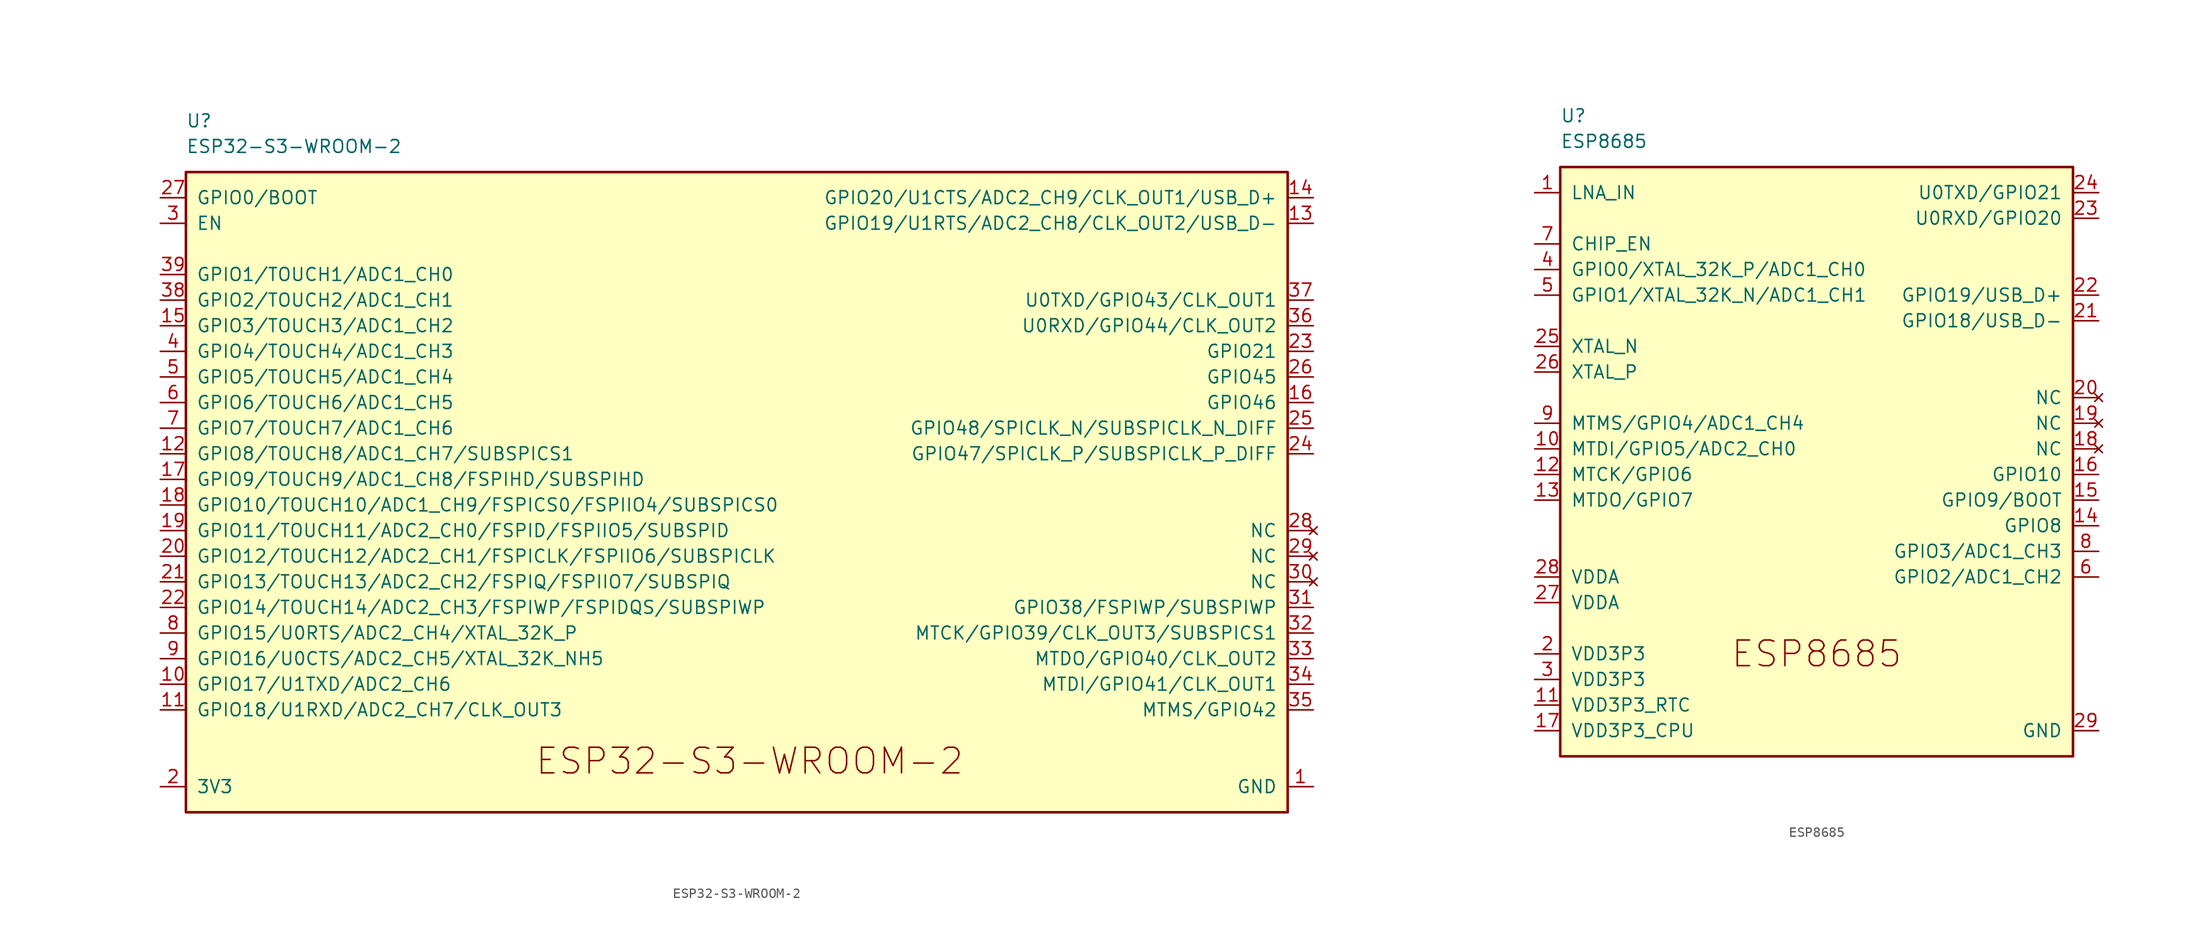
<source format=kicad_sym>
(kicad_symbol_lib
  (version 20211014)
  (generator kicad_symbol_editor)
  (symbol "ESP32-S3-WROOM-2"
    (pin_names
      (offset 1.016))
    (property "Reference" "U"
      (at -55.88 38.1 0)
      (effects (font (size 1.27 1.27)) (justify left)))
    (property "Value" "ESP32-S3-WROOM-2"
      (at -55.88 35.56 0)
      (effects (font (size 1.27 1.27)) (justify left)))
    (symbol "ESP32-S3-WROOM-2_0_0"
      (rectangle (start -55.88 33.02) (end 53.34 -30.48) (stroke (width 0.254) (type default) (color 0 0 0 0)) (fill (type background)))
      (text "ESP32-S3-WROOM-2" (at 0 -25.4 0) (effects (font (size 2.54 2.54))))
      (pin power_in line (at 55.88 -27.94 180) (length 2.54) (name "GND" (effects (font (size 1.27 1.27)))) (number "1" (effects (font (size 1.27 1.27)))))
      (pin bidirectional line (at -58.42 -17.78 0) (length 2.54) (name "GPIO17/U1TXD/ADC2_CH6" (effects (font (size 1.27 1.27)))) (number "10" (effects (font (size 1.27 1.27)))))
      (pin bidirectional line (at -58.42 -20.32 0) (length 2.54) (name "GPIO18/U1RXD/ADC2_CH7/CLK_OUT3" (effects (font (size 1.27 1.27)))) (number "11" (effects (font (size 1.27 1.27)))))
      (pin bidirectional line (at -58.42 5.08 0) (length 2.54) (name "GPIO8/TOUCH8/ADC1_CH7/SUBSPICS1" (effects (font (size 1.27 1.27)))) (number "12" (effects (font (size 1.27 1.27)))))
      (pin bidirectional line (at 55.88 27.94 180) (length 2.54) (name "GPIO19/U1RTS/ADC2_CH8/CLK_OUT2/USB_D-" (effects (font (size 1.27 1.27)))) (number "13" (effects (font (size 1.27 1.27)))))
      (pin bidirectional line (at 55.88 30.48 180) (length 2.54) (name "GPIO20/U1CTS/ADC2_CH9/CLK_OUT1/USB_D+" (effects (font (size 1.27 1.27)))) (number "14" (effects (font (size 1.27 1.27)))))
      (pin bidirectional line (at -58.42 17.78 0) (length 2.54) (name "GPIO3/TOUCH3/ADC1_CH2" (effects (font (size 1.27 1.27)))) (number "15" (effects (font (size 1.27 1.27)))))
      (pin bidirectional line (at 55.88 10.16 180) (length 2.54) (name "GPIO46" (effects (font (size 1.27 1.27)))) (number "16" (effects (font (size 1.27 1.27)))))
      (pin bidirectional line (at -58.42 2.54 0) (length 2.54) (name "GPIO9/TOUCH9/ADC1_CH8/FSPIHD/SUBSPIHD" (effects (font (size 1.27 1.27)))) (number "17" (effects (font (size 1.27 1.27)))))
      (pin bidirectional line (at -58.42 0 0) (length 2.54) (name "GPIO10/TOUCH10/ADC1_CH9/FSPICS0/FSPIIO4/SUBSPICS0" (effects (font (size 1.27 1.27)))) (number "18" (effects (font (size 1.27 1.27)))))
      (pin bidirectional line (at -58.42 -2.54 0) (length 2.54) (name "GPIO11/TOUCH11/ADC2_CH0/FSPID/FSPIIO5/SUBSPID" (effects (font (size 1.27 1.27)))) (number "19" (effects (font (size 1.27 1.27)))))
      (pin power_in line (at -58.42 -27.94 0) (length 2.54) (name "3V3" (effects (font (size 1.27 1.27)))) (number "2" (effects (font (size 1.27 1.27)))))
      (pin bidirectional line (at -58.42 -5.08 0) (length 2.54) (name "GPIO12/TOUCH12/ADC2_CH1/FSPICLK/FSPIIO6/SUBSPICLK" (effects (font (size 1.27 1.27)))) (number "20" (effects (font (size 1.27 1.27)))))
      (pin bidirectional line (at -58.42 -7.62 0) (length 2.54) (name "GPIO13/TOUCH13/ADC2_CH2/FSPIQ/FSPIIO7/SUBSPIQ" (effects (font (size 1.27 1.27)))) (number "21" (effects (font (size 1.27 1.27)))))
      (pin bidirectional line (at -58.42 -10.16 0) (length 2.54) (name "GPIO14/TOUCH14/ADC2_CH3/FSPIWP/FSPIDQS/SUBSPIWP" (effects (font (size 1.27 1.27)))) (number "22" (effects (font (size 1.27 1.27)))))
      (pin bidirectional line (at 55.88 15.24 180) (length 2.54) (name "GPIO21" (effects (font (size 1.27 1.27)))) (number "23" (effects (font (size 1.27 1.27)))))
      (pin bidirectional line (at 55.88 5.08 180) (length 2.54) (name "GPIO47/SPICLK_P/SUBSPICLK_P_DIFF" (effects (font (size 1.27 1.27)))) (number "24" (effects (font (size 1.27 1.27)))))
      (pin bidirectional line (at 55.88 7.62 180) (length 2.54) (name "GPIO48/SPICLK_N/SUBSPICLK_N_DIFF" (effects (font (size 1.27 1.27)))) (number "25" (effects (font (size 1.27 1.27)))))
      (pin bidirectional line (at 55.88 12.7 180) (length 2.54) (name "GPIO45" (effects (font (size 1.27 1.27)))) (number "26" (effects (font (size 1.27 1.27)))))
      (pin bidirectional line (at -58.42 30.48 0) (length 2.54) (name "GPIO0/BOOT" (effects (font (size 1.27 1.27)))) (number "27" (effects (font (size 1.27 1.27)))))
      (pin no_connect line (at 55.88 -2.54 180) (length 2.54) (name "NC" (effects (font (size 1.27 1.27)))) (number "28" (effects (font (size 1.27 1.27)))))
      (pin no_connect line (at 55.88 -5.08 180) (length 2.54) (name "NC" (effects (font (size 1.27 1.27)))) (number "29" (effects (font (size 1.27 1.27)))))
      (pin input line (at -58.42 27.94 0) (length 2.54) (name "EN" (effects (font (size 1.27 1.27)))) (number "3" (effects (font (size 1.27 1.27)))))
      (pin no_connect line (at 55.88 -7.62 180) (length 2.54) (name "NC" (effects (font (size 1.27 1.27)))) (number "30" (effects (font (size 1.27 1.27)))))
      (pin bidirectional line (at 55.88 -10.16 180) (length 2.54) (name "GPIO38/FSPIWP/SUBSPIWP" (effects (font (size 1.27 1.27)))) (number "31" (effects (font (size 1.27 1.27)))))
      (pin bidirectional line (at 55.88 -12.7 180) (length 2.54) (name "MTCK/GPIO39/CLK_OUT3/SUBSPICS1" (effects (font (size 1.27 1.27)))) (number "32" (effects (font (size 1.27 1.27)))))
      (pin bidirectional line (at 55.88 -15.24 180) (length 2.54) (name "MTDO/GPIO40/CLK_OUT2" (effects (font (size 1.27 1.27)))) (number "33" (effects (font (size 1.27 1.27)))))
      (pin bidirectional line (at 55.88 -17.78 180) (length 2.54) (name "MTDI/GPIO41/CLK_OUT1" (effects (font (size 1.27 1.27)))) (number "34" (effects (font (size 1.27 1.27)))))
      (pin bidirectional line (at 55.88 -20.32 180) (length 2.54) (name "MTMS/GPIO42" (effects (font (size 1.27 1.27)))) (number "35" (effects (font (size 1.27 1.27)))))
      (pin bidirectional line (at 55.88 17.78 180) (length 2.54) (name "U0RXD/GPIO44/CLK_OUT2" (effects (font (size 1.27 1.27)))) (number "36" (effects (font (size 1.27 1.27)))))
      (pin bidirectional line (at 55.88 20.32 180) (length 2.54) (name "U0TXD/GPIO43/CLK_OUT1" (effects (font (size 1.27 1.27)))) (number "37" (effects (font (size 1.27 1.27)))))
      (pin bidirectional line (at -58.42 20.32 0) (length 2.54) (name "GPIO2/TOUCH2/ADC1_CH1" (effects (font (size 1.27 1.27)))) (number "38" (effects (font (size 1.27 1.27)))))
      (pin bidirectional line (at -58.42 22.86 0) (length 2.54) (name "GPIO1/TOUCH1/ADC1_CH0" (effects (font (size 1.27 1.27)))) (number "39" (effects (font (size 1.27 1.27)))))
      (pin bidirectional line (at -58.42 15.24 0) (length 2.54) (name "GPIO4/TOUCH4/ADC1_CH3" (effects (font (size 1.27 1.27)))) (number "4" (effects (font (size 1.27 1.27)))))
      (pin passive line (at 55.88 -27.94 180) (length 2.54) hide (name "GND" (effects (font (size 1.27 1.27)))) (number "40" (effects (font (size 1.27 1.27)))))
      (pin passive line (at 55.88 -27.94 180) (length 2.54) hide (name "GND" (effects (font (size 1.27 1.27)))) (number "41" (effects (font (size 1.27 1.27)))))
      (pin bidirectional line (at -58.42 12.7 0) (length 2.54) (name "GPIO5/TOUCH5/ADC1_CH4" (effects (font (size 1.27 1.27)))) (number "5" (effects (font (size 1.27 1.27)))))
      (pin bidirectional line (at -58.42 10.16 0) (length 2.54) (name "GPIO6/TOUCH6/ADC1_CH5" (effects (font (size 1.27 1.27)))) (number "6" (effects (font (size 1.27 1.27)))))
      (pin bidirectional line (at -58.42 7.62 0) (length 2.54) (name "GPIO7/TOUCH7/ADC1_CH6" (effects (font (size 1.27 1.27)))) (number "7" (effects (font (size 1.27 1.27)))))
      (pin bidirectional line (at -58.42 -12.7 0) (length 2.54) (name "GPIO15/U0RTS/ADC2_CH4/XTAL_32K_P" (effects (font (size 1.27 1.27)))) (number "8" (effects (font (size 1.27 1.27)))))
      (pin bidirectional line (at -58.42 -15.24 0) (length 2.54) (name "GPIO16/U0CTS/ADC2_CH5/XTAL_32K_NH5" (effects (font (size 1.27 1.27)))) (number "9" (effects (font (size 1.27 1.27)))))))
  (symbol "ESP8685"
    (pin_names
      (offset 1.016))
    (property "Reference" "U"
      (at -25.4 35.56 0)
      (effects (font (size 1.27 1.27)) (justify left)))
    (property "Value" "ESP8685"
      (at -25.4 33.02 0)
      (effects (font (size 1.27 1.27)) (justify left)))
    (symbol "ESP8685_0_0"
      (text "ESP8685" (at 0 -17.78 0) (effects (font (size 2.54 2.54))))
      (pin bidirectional line (at -27.94 27.94 0) (length 2.54) (name "LNA_IN" (effects (font (size 1.27 1.27)))) (number "1" (effects (font (size 1.27 1.27)))))
      (pin bidirectional line (at -27.94 2.54 0) (length 2.54) (name "MTDI/GPIO5/ADC2_CH0" (effects (font (size 1.27 1.27)))) (number "10" (effects (font (size 1.27 1.27)))))
      (pin power_in line (at -27.94 -22.86 0) (length 2.54) (name "VDD3P3_RTC" (effects (font (size 1.27 1.27)))) (number "11" (effects (font (size 1.27 1.27)))))
      (pin bidirectional line (at -27.94 0 0) (length 2.54) (name "MTCK/GPIO6" (effects (font (size 1.27 1.27)))) (number "12" (effects (font (size 1.27 1.27)))))
      (pin bidirectional line (at -27.94 -2.54 0) (length 2.54) (name "MTDO/GPIO7" (effects (font (size 1.27 1.27)))) (number "13" (effects (font (size 1.27 1.27)))))
      (pin bidirectional line (at 27.94 -5.08 180) (length 2.54) (name "GPIO8" (effects (font (size 1.27 1.27)))) (number "14" (effects (font (size 1.27 1.27)))))
      (pin bidirectional line (at 27.94 -2.54 180) (length 2.54) (name "GPIO9/BOOT" (effects (font (size 1.27 1.27)))) (number "15" (effects (font (size 1.27 1.27)))))
      (pin bidirectional line (at 27.94 0 180) (length 2.54) (name "GPIO10" (effects (font (size 1.27 1.27)))) (number "16" (effects (font (size 1.27 1.27)))))
      (pin power_in line (at -27.94 -25.4 0) (length 2.54) (name "VDD3P3_CPU" (effects (font (size 1.27 1.27)))) (number "17" (effects (font (size 1.27 1.27)))))
      (pin no_connect line (at 27.94 2.54 180) (length 2.54) (name "NC" (effects (font (size 1.27 1.27)))) (number "18" (effects (font (size 1.27 1.27)))))
      (pin no_connect line (at 27.94 5.08 180) (length 2.54) (name "NC" (effects (font (size 1.27 1.27)))) (number "19" (effects (font (size 1.27 1.27)))))
      (pin power_in line (at -27.94 -17.78 0) (length 2.54) (name "VDD3P3" (effects (font (size 1.27 1.27)))) (number "2" (effects (font (size 1.27 1.27)))))
      (pin no_connect line (at 27.94 7.62 180) (length 2.54) (name "NC" (effects (font (size 1.27 1.27)))) (number "20" (effects (font (size 1.27 1.27)))))
      (pin bidirectional line (at 27.94 15.24 180) (length 2.54) (name "GPIO18/USB_D-" (effects (font (size 1.27 1.27)))) (number "21" (effects (font (size 1.27 1.27)))))
      (pin bidirectional line (at 27.94 17.78 180) (length 2.54) (name "GPIO19/USB_D+" (effects (font (size 1.27 1.27)))) (number "22" (effects (font (size 1.27 1.27)))))
      (pin bidirectional line (at 27.94 25.4 180) (length 2.54) (name "U0RXD/GPIO20" (effects (font (size 1.27 1.27)))) (number "23" (effects (font (size 1.27 1.27)))))
      (pin bidirectional line (at 27.94 27.94 180) (length 2.54) (name "U0TXD/GPIO21" (effects (font (size 1.27 1.27)))) (number "24" (effects (font (size 1.27 1.27)))))
      (pin output line (at -27.94 12.7 0) (length 2.54) (name "XTAL_N" (effects (font (size 1.27 1.27)))) (number "25" (effects (font (size 1.27 1.27)))))
      (pin input line (at -27.94 10.16 0) (length 2.54) (name "XTAL_P" (effects (font (size 1.27 1.27)))) (number "26" (effects (font (size 1.27 1.27)))))
      (pin power_in line (at -27.94 -12.7 0) (length 2.54) (name "VDDA" (effects (font (size 1.27 1.27)))) (number "27" (effects (font (size 1.27 1.27)))))
      (pin power_in line (at -27.94 -10.16 0) (length 2.54) (name "VDDA" (effects (font (size 1.27 1.27)))) (number "28" (effects (font (size 1.27 1.27)))))
      (pin power_in line (at 27.94 -25.4 180) (length 2.54) (name "GND" (effects (font (size 1.27 1.27)))) (number "29" (effects (font (size 1.27 1.27)))))
      (pin power_in line (at -27.94 -20.32 0) (length 2.54) (name "VDD3P3" (effects (font (size 1.27 1.27)))) (number "3" (effects (font (size 1.27 1.27)))))
      (pin output line (at -27.94 20.32 0) (length 2.54) (name "GPIO0/XTAL_32K_P/ADC1_CH0" (effects (font (size 1.27 1.27)))) (number "4" (effects (font (size 1.27 1.27)))))
      (pin input line (at -27.94 17.78 0) (length 2.54) (name "GPIO1/XTAL_32K_N/ADC1_CH1" (effects (font (size 1.27 1.27)))) (number "5" (effects (font (size 1.27 1.27)))))
      (pin bidirectional line (at 27.94 -10.16 180) (length 2.54) (name "GPIO2/ADC1_CH2" (effects (font (size 1.27 1.27)))) (number "6" (effects (font (size 1.27 1.27)))))
      (pin input line (at -27.94 22.86 0) (length 2.54) (name "CHIP_EN" (effects (font (size 1.27 1.27)))) (number "7" (effects (font (size 1.27 1.27)))))
      (pin bidirectional line (at 27.94 -7.62 180) (length 2.54) (name "GPIO3/ADC1_CH3" (effects (font (size 1.27 1.27)))) (number "8" (effects (font (size 1.27 1.27)))))
      (pin bidirectional line (at -27.94 5.08 0) (length 2.54) (name "MTMS/GPIO4/ADC1_CH4" (effects (font (size 1.27 1.27)))) (number "9" (effects (font (size 1.27 1.27))))))
    (symbol "ESP8685_0_1"
      (rectangle (start -25.4 30.48) (end 25.4 -27.94) (stroke (width 0.254) (type default) (color 0 0 0 0)) (fill (type background))))))
</source>
